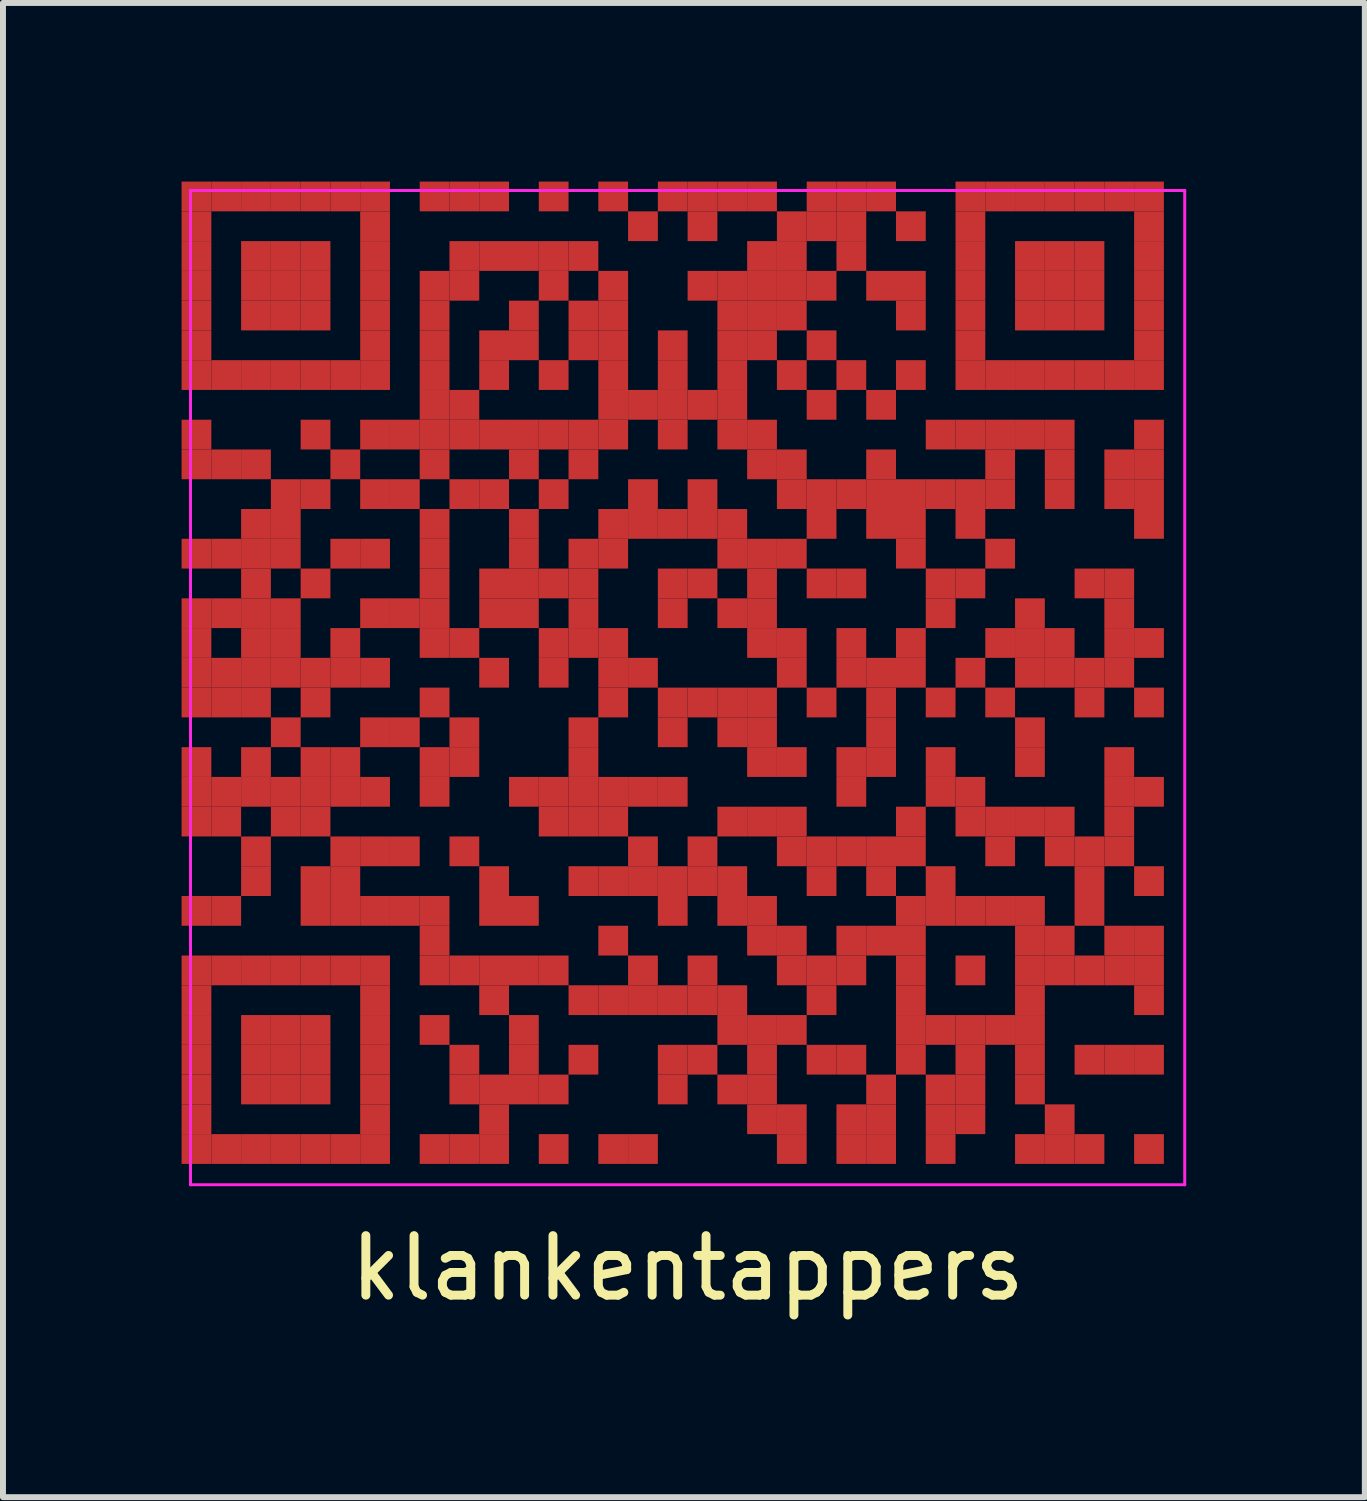
<source format=kicad_pcb>
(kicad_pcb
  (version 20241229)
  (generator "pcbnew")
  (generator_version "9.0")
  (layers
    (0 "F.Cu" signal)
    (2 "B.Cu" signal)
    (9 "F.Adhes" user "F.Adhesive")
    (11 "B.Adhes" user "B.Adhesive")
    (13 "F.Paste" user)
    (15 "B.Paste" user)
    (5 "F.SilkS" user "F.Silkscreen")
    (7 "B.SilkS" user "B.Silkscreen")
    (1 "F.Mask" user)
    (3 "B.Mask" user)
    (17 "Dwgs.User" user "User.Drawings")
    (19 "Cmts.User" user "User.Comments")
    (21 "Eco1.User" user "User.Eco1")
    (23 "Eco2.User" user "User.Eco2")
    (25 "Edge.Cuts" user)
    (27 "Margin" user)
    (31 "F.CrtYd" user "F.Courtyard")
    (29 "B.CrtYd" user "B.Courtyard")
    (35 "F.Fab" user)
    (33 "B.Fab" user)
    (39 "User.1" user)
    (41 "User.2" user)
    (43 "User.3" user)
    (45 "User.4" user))
  (footprint "klankentappers"
    (layer "F.Cu")
    (at 8.5 8.5)
    (property "Reference" "klankentappers" (at 0 9.75 0) (layer "F.SilkS") (effects (font (size 1 1) (thickness 0.15))))
    (attr through_hole)
    (fp_poly (pts (xy 8.3 8.3) (xy 8.3 -8.3) (xy -8.3 -8.3) (xy -8.3 8.3)) (stroke (width 0) (type solid)) (fill yes) (layer "F.Mask"))
    (fp_line (start -8.35 -8.35) (end 8.35 -8.35) (stroke (width 0.05) (type solid)) (layer "F.CrtYd"))
    (fp_line (start -8.35 8.35) (end -8.35 -8.35) (stroke (width 0.05) (type solid)) (layer "F.CrtYd"))
    (fp_line (start 8.35 -8.35) (end 8.35 8.35) (stroke (width 0.05) (type solid)) (layer "F.CrtYd"))
    (fp_line (start 8.35 8.35) (end -8.35 8.35) (stroke (width 0.05) (type solid)) (layer "F.CrtYd"))
    (pad "" smd rect (at -8.25 -8.25) (size 0.5 0.5) (layers "F.Cu"))
    (pad "" smd rect (at -8.25 -7.75) (size 0.5 0.5) (layers "F.Cu"))
    (pad "" smd rect (at -8.25 -7.25) (size 0.5 0.5) (layers "F.Cu"))
    (pad "" smd rect (at -8.25 -6.75) (size 0.5 0.5) (layers "F.Cu"))
    (pad "" smd rect (at -8.25 -6.25) (size 0.5 0.5) (layers "F.Cu"))
    (pad "" smd rect (at -8.25 -5.75) (size 0.5 0.5) (layers "F.Cu"))
    (pad "" smd rect (at -8.25 -5.25) (size 0.5 0.5) (layers "F.Cu"))
    (pad "" smd rect (at -8.25 -4.25) (size 0.5 0.5) (layers "F.Cu"))
    (pad "" smd rect (at -8.25 -3.75) (size 0.5 0.5) (layers "F.Cu"))
    (pad "" smd rect (at -8.25 -2.25) (size 0.5 0.5) (layers "F.Cu"))
    (pad "" smd rect (at -8.25 -1.25) (size 0.5 0.5) (layers "F.Cu"))
    (pad "" smd rect (at -8.25 -0.75) (size 0.5 0.5) (layers "F.Cu"))
    (pad "" smd rect (at -8.25 -0.25) (size 0.5 0.5) (layers "F.Cu"))
    (pad "" smd rect (at -8.25 0.25) (size 0.5 0.5) (layers "F.Cu"))
    (pad "" smd rect (at -8.25 1.25) (size 0.5 0.5) (layers "F.Cu"))
    (pad "" smd rect (at -8.25 1.75) (size 0.5 0.5) (layers "F.Cu"))
    (pad "" smd rect (at -8.25 2.25) (size 0.5 0.5) (layers "F.Cu"))
    (pad "" smd rect (at -8.25 3.75) (size 0.5 0.5) (layers "F.Cu"))
    (pad "" smd rect (at -8.25 4.75) (size 0.5 0.5) (layers "F.Cu"))
    (pad "" smd rect (at -8.25 5.25) (size 0.5 0.5) (layers "F.Cu"))
    (pad "" smd rect (at -8.25 5.75) (size 0.5 0.5) (layers "F.Cu"))
    (pad "" smd rect (at -8.25 6.25) (size 0.5 0.5) (layers "F.Cu"))
    (pad "" smd rect (at -8.25 6.75) (size 0.5 0.5) (layers "F.Cu"))
    (pad "" smd rect (at -8.25 7.25) (size 0.5 0.5) (layers "F.Cu"))
    (pad "" smd rect (at -8.25 7.75) (size 0.5 0.5) (layers "F.Cu"))
    (pad "" smd rect (at -7.75 -8.25) (size 0.5 0.5) (layers "F.Cu"))
    (pad "" smd rect (at -7.75 -5.25) (size 0.5 0.5) (layers "F.Cu"))
    (pad "" smd rect (at -7.75 -3.75) (size 0.5 0.5) (layers "F.Cu"))
    (pad "" smd rect (at -7.75 -2.25) (size 0.5 0.5) (layers "F.Cu"))
    (pad "" smd rect (at -7.75 -1.25) (size 0.5 0.5) (layers "F.Cu"))
    (pad "" smd rect (at -7.75 -0.25) (size 0.5 0.5) (layers "F.Cu"))
    (pad "" smd rect (at -7.75 0.25) (size 0.5 0.5) (layers "F.Cu"))
    (pad "" smd rect (at -7.75 1.75) (size 0.5 0.5) (layers "F.Cu"))
    (pad "" smd rect (at -7.75 2.25) (size 0.5 0.5) (layers "F.Cu"))
    (pad "" smd rect (at -7.75 3.75) (size 0.5 0.5) (layers "F.Cu"))
    (pad "" smd rect (at -7.75 4.75) (size 0.5 0.5) (layers "F.Cu"))
    (pad "" smd rect (at -7.75 7.75) (size 0.5 0.5) (layers "F.Cu"))
    (pad "" smd rect (at -7.25 -8.25) (size 0.5 0.5) (layers "F.Cu"))
    (pad "" smd rect (at -7.25 -7.25) (size 0.5 0.5) (layers "F.Cu"))
    (pad "" smd rect (at -7.25 -6.75) (size 0.5 0.5) (layers "F.Cu"))
    (pad "" smd rect (at -7.25 -6.25) (size 0.5 0.5) (layers "F.Cu"))
    (pad "" smd rect (at -7.25 -5.25) (size 0.5 0.5) (layers "F.Cu"))
    (pad "" smd rect (at -7.25 -3.75) (size 0.5 0.5) (layers "F.Cu"))
    (pad "" smd rect (at -7.25 -2.75) (size 0.5 0.5) (layers "F.Cu"))
    (pad "" smd rect (at -7.25 -2.25) (size 0.5 0.5) (layers "F.Cu"))
    (pad "" smd rect (at -7.25 -1.75) (size 0.5 0.5) (layers "F.Cu"))
    (pad "" smd rect (at -7.25 -1.25) (size 0.5 0.5) (layers "F.Cu"))
    (pad "" smd rect (at -7.25 -0.75) (size 0.5 0.5) (layers "F.Cu"))
    (pad "" smd rect (at -7.25 -0.25) (size 0.5 0.5) (layers "F.Cu"))
    (pad "" smd rect (at -7.25 0.25) (size 0.5 0.5) (layers "F.Cu"))
    (pad "" smd rect (at -7.25 1.25) (size 0.5 0.5) (layers "F.Cu"))
    (pad "" smd rect (at -7.25 1.75) (size 0.5 0.5) (layers "F.Cu"))
    (pad "" smd rect (at -7.25 2.75) (size 0.5 0.5) (layers "F.Cu"))
    (pad "" smd rect (at -7.25 3.25) (size 0.5 0.5) (layers "F.Cu"))
    (pad "" smd rect (at -7.25 4.75) (size 0.5 0.5) (layers "F.Cu"))
    (pad "" smd rect (at -7.25 5.75) (size 0.5 0.5) (layers "F.Cu"))
    (pad "" smd rect (at -7.25 6.25) (size 0.5 0.5) (layers "F.Cu"))
    (pad "" smd rect (at -7.25 6.75) (size 0.5 0.5) (layers "F.Cu"))
    (pad "" smd rect (at -7.25 7.75) (size 0.5 0.5) (layers "F.Cu"))
    (pad "" smd rect (at -6.75 -8.25) (size 0.5 0.5) (layers "F.Cu"))
    (pad "" smd rect (at -6.75 -7.25) (size 0.5 0.5) (layers "F.Cu"))
    (pad "" smd rect (at -6.75 -6.75) (size 0.5 0.5) (layers "F.Cu"))
    (pad "" smd rect (at -6.75 -6.25) (size 0.5 0.5) (layers "F.Cu"))
    (pad "" smd rect (at -6.75 -5.25) (size 0.5 0.5) (layers "F.Cu"))
    (pad "" smd rect (at -6.75 -3.25) (size 0.5 0.5) (layers "F.Cu"))
    (pad "" smd rect (at -6.75 -2.75) (size 0.5 0.5) (layers "F.Cu"))
    (pad "" smd rect (at -6.75 -2.25) (size 0.5 0.5) (layers "F.Cu"))
    (pad "" smd rect (at -6.75 -1.25) (size 0.5 0.5) (layers "F.Cu"))
    (pad "" smd rect (at -6.75 -0.75) (size 0.5 0.5) (layers "F.Cu"))
    (pad "" smd rect (at -6.75 -0.25) (size 0.5 0.5) (layers "F.Cu"))
    (pad "" smd rect (at -6.75 0.75) (size 0.5 0.5) (layers "F.Cu"))
    (pad "" smd rect (at -6.75 1.75) (size 0.5 0.5) (layers "F.Cu"))
    (pad "" smd rect (at -6.75 2.25) (size 0.5 0.5) (layers "F.Cu"))
    (pad "" smd rect (at -6.75 4.75) (size 0.5 0.5) (layers "F.Cu"))
    (pad "" smd rect (at -6.75 5.75) (size 0.5 0.5) (layers "F.Cu"))
    (pad "" smd rect (at -6.75 6.25) (size 0.5 0.5) (layers "F.Cu"))
    (pad "" smd rect (at -6.75 6.75) (size 0.5 0.5) (layers "F.Cu"))
    (pad "" smd rect (at -6.75 7.75) (size 0.5 0.5) (layers "F.Cu"))
    (pad "" smd rect (at -6.25 -8.25) (size 0.5 0.5) (layers "F.Cu"))
    (pad "" smd rect (at -6.25 -7.25) (size 0.5 0.5) (layers "F.Cu"))
    (pad "" smd rect (at -6.25 -6.75) (size 0.5 0.5) (layers "F.Cu"))
    (pad "" smd rect (at -6.25 -6.25) (size 0.5 0.5) (layers "F.Cu"))
    (pad "" smd rect (at -6.25 -5.25) (size 0.5 0.5) (layers "F.Cu"))
    (pad "" smd rect (at -6.25 -4.25) (size 0.5 0.5) (layers "F.Cu"))
    (pad "" smd rect (at -6.25 -3.25) (size 0.5 0.5) (layers "F.Cu"))
    (pad "" smd rect (at -6.25 -1.75) (size 0.5 0.5) (layers "F.Cu"))
    (pad "" smd rect (at -6.25 -0.25) (size 0.5 0.5) (layers "F.Cu"))
    (pad "" smd rect (at -6.25 0.25) (size 0.5 0.5) (layers "F.Cu"))
    (pad "" smd rect (at -6.25 1.25) (size 0.5 0.5) (layers "F.Cu"))
    (pad "" smd rect (at -6.25 1.75) (size 0.5 0.5) (layers "F.Cu"))
    (pad "" smd rect (at -6.25 2.25) (size 0.5 0.5) (layers "F.Cu"))
    (pad "" smd rect (at -6.25 3.25) (size 0.5 0.5) (layers "F.Cu"))
    (pad "" smd rect (at -6.25 3.75) (size 0.5 0.5) (layers "F.Cu"))
    (pad "" smd rect (at -6.25 4.75) (size 0.5 0.5) (layers "F.Cu"))
    (pad "" smd rect (at -6.25 5.75) (size 0.5 0.5) (layers "F.Cu"))
    (pad "" smd rect (at -6.25 6.25) (size 0.5 0.5) (layers "F.Cu"))
    (pad "" smd rect (at -6.25 6.75) (size 0.5 0.5) (layers "F.Cu"))
    (pad "" smd rect (at -6.25 7.75) (size 0.5 0.5) (layers "F.Cu"))
    (pad "" smd rect (at -5.75 -8.25) (size 0.5 0.5) (layers "F.Cu"))
    (pad "" smd rect (at -5.75 -5.25) (size 0.5 0.5) (layers "F.Cu"))
    (pad "" smd rect (at -5.75 -3.75) (size 0.5 0.5) (layers "F.Cu"))
    (pad "" smd rect (at -5.75 -2.25) (size 0.5 0.5) (layers "F.Cu"))
    (pad "" smd rect (at -5.75 -0.75) (size 0.5 0.5) (layers "F.Cu"))
    (pad "" smd rect (at -5.75 -0.25) (size 0.5 0.5) (layers "F.Cu"))
    (pad "" smd rect (at -5.75 1.25) (size 0.5 0.5) (layers "F.Cu"))
    (pad "" smd rect (at -5.75 1.75) (size 0.5 0.5) (layers "F.Cu"))
    (pad "" smd rect (at -5.75 2.75) (size 0.5 0.5) (layers "F.Cu"))
    (pad "" smd rect (at -5.75 3.25) (size 0.5 0.5) (layers "F.Cu"))
    (pad "" smd rect (at -5.75 3.75) (size 0.5 0.5) (layers "F.Cu"))
    (pad "" smd rect (at -5.75 4.75) (size 0.5 0.5) (layers "F.Cu"))
    (pad "" smd rect (at -5.75 7.75) (size 0.5 0.5) (layers "F.Cu"))
    (pad "" smd rect (at -5.25 -8.25) (size 0.5 0.5) (layers "F.Cu"))
    (pad "" smd rect (at -5.25 -7.75) (size 0.5 0.5) (layers "F.Cu"))
    (pad "" smd rect (at -5.25 -7.25) (size 0.5 0.5) (layers "F.Cu"))
    (pad "" smd rect (at -5.25 -6.75) (size 0.5 0.5) (layers "F.Cu"))
    (pad "" smd rect (at -5.25 -6.25) (size 0.5 0.5) (layers "F.Cu"))
    (pad "" smd rect (at -5.25 -5.75) (size 0.5 0.5) (layers "F.Cu"))
    (pad "" smd rect (at -5.25 -5.25) (size 0.5 0.5) (layers "F.Cu"))
    (pad "" smd rect (at -5.25 -4.25) (size 0.5 0.5) (layers "F.Cu"))
    (pad "" smd rect (at -5.25 -3.25) (size 0.5 0.5) (layers "F.Cu"))
    (pad "" smd rect (at -5.25 -2.25) (size 0.5 0.5) (layers "F.Cu"))
    (pad "" smd rect (at -5.25 -1.25) (size 0.5 0.5) (layers "F.Cu"))
    (pad "" smd rect (at -5.25 -0.25) (size 0.5 0.5) (layers "F.Cu"))
    (pad "" smd rect (at -5.25 0.75) (size 0.5 0.5) (layers "F.Cu"))
    (pad "" smd rect (at -5.25 1.75) (size 0.5 0.5) (layers "F.Cu"))
    (pad "" smd rect (at -5.25 2.75) (size 0.5 0.5) (layers "F.Cu"))
    (pad "" smd rect (at -5.25 3.75) (size 0.5 0.5) (layers "F.Cu"))
    (pad "" smd rect (at -5.25 4.75) (size 0.5 0.5) (layers "F.Cu"))
    (pad "" smd rect (at -5.25 5.25) (size 0.5 0.5) (layers "F.Cu"))
    (pad "" smd rect (at -5.25 5.75) (size 0.5 0.5) (layers "F.Cu"))
    (pad "" smd rect (at -5.25 6.25) (size 0.5 0.5) (layers "F.Cu"))
    (pad "" smd rect (at -5.25 6.75) (size 0.5 0.5) (layers "F.Cu"))
    (pad "" smd rect (at -5.25 7.25) (size 0.5 0.5) (layers "F.Cu"))
    (pad "" smd rect (at -5.25 7.75) (size 0.5 0.5) (layers "F.Cu"))
    (pad "" smd rect (at -4.75 -4.25) (size 0.5 0.5) (layers "F.Cu"))
    (pad "" smd rect (at -4.75 -3.25) (size 0.5 0.5) (layers "F.Cu"))
    (pad "" smd rect (at -4.75 -1.25) (size 0.5 0.5) (layers "F.Cu"))
    (pad "" smd rect (at -4.75 0.75) (size 0.5 0.5) (layers "F.Cu"))
    (pad "" smd rect (at -4.75 2.75) (size 0.5 0.5) (layers "F.Cu"))
    (pad "" smd rect (at -4.75 3.75) (size 0.5 0.5) (layers "F.Cu"))
    (pad "" smd rect (at -4.25 -8.25) (size 0.5 0.5) (layers "F.Cu"))
    (pad "" smd rect (at -4.25 -6.75) (size 0.5 0.5) (layers "F.Cu"))
    (pad "" smd rect (at -4.25 -6.25) (size 0.5 0.5) (layers "F.Cu"))
    (pad "" smd rect (at -4.25 -5.75) (size 0.5 0.5) (layers "F.Cu"))
    (pad "" smd rect (at -4.25 -5.25) (size 0.5 0.5) (layers "F.Cu"))
    (pad "" smd rect (at -4.25 -4.75) (size 0.5 0.5) (layers "F.Cu"))
    (pad "" smd rect (at -4.25 -4.25) (size 0.5 0.5) (layers "F.Cu"))
    (pad "" smd rect (at -4.25 -3.75) (size 0.5 0.5) (layers "F.Cu"))
    (pad "" smd rect (at -4.25 -2.75) (size 0.5 0.5) (layers "F.Cu"))
    (pad "" smd rect (at -4.25 -2.25) (size 0.5 0.5) (layers "F.Cu"))
    (pad "" smd rect (at -4.25 -1.75) (size 0.5 0.5) (layers "F.Cu"))
    (pad "" smd rect (at -4.25 -1.25) (size 0.5 0.5) (layers "F.Cu"))
    (pad "" smd rect (at -4.25 -0.75) (size 0.5 0.5) (layers "F.Cu"))
    (pad "" smd rect (at -4.25 0.25) (size 0.5 0.5) (layers "F.Cu"))
    (pad "" smd rect (at -4.25 1.25) (size 0.5 0.5) (layers "F.Cu"))
    (pad "" smd rect (at -4.25 1.75) (size 0.5 0.5) (layers "F.Cu"))
    (pad "" smd rect (at -4.25 3.75) (size 0.5 0.5) (layers "F.Cu"))
    (pad "" smd rect (at -4.25 4.25) (size 0.5 0.5) (layers "F.Cu"))
    (pad "" smd rect (at -4.25 4.75) (size 0.5 0.5) (layers "F.Cu"))
    (pad "" smd rect (at -4.25 5.75) (size 0.5 0.5) (layers "F.Cu"))
    (pad "" smd rect (at -4.25 7.75) (size 0.5 0.5) (layers "F.Cu"))
    (pad "" smd rect (at -3.75 -8.25) (size 0.5 0.5) (layers "F.Cu"))
    (pad "" smd rect (at -3.75 -7.25) (size 0.5 0.5) (layers "F.Cu"))
    (pad "" smd rect (at -3.75 -6.75) (size 0.5 0.5) (layers "F.Cu"))
    (pad "" smd rect (at -3.75 -4.75) (size 0.5 0.5) (layers "F.Cu"))
    (pad "" smd rect (at -3.75 -4.25) (size 0.5 0.5) (layers "F.Cu"))
    (pad "" smd rect (at -3.75 -3.25) (size 0.5 0.5) (layers "F.Cu"))
    (pad "" smd rect (at -3.75 -0.75) (size 0.5 0.5) (layers "F.Cu"))
    (pad "" smd rect (at -3.75 0.75) (size 0.5 0.5) (layers "F.Cu"))
    (pad "" smd rect (at -3.75 1.25) (size 0.5 0.5) (layers "F.Cu"))
    (pad "" smd rect (at -3.75 2.75) (size 0.5 0.5) (layers "F.Cu"))
    (pad "" smd rect (at -3.75 4.75) (size 0.5 0.5) (layers "F.Cu"))
    (pad "" smd rect (at -3.75 6.25) (size 0.5 0.5) (layers "F.Cu"))
    (pad "" smd rect (at -3.75 6.75) (size 0.5 0.5) (layers "F.Cu"))
    (pad "" smd rect (at -3.75 7.75) (size 0.5 0.5) (layers "F.Cu"))
    (pad "" smd rect (at -3.25 -8.25) (size 0.5 0.5) (layers "F.Cu"))
    (pad "" smd rect (at -3.25 -7.25) (size 0.5 0.5) (layers "F.Cu"))
    (pad "" smd rect (at -3.25 -5.75) (size 0.5 0.5) (layers "F.Cu"))
    (pad "" smd rect (at -3.25 -5.25) (size 0.5 0.5) (layers "F.Cu"))
    (pad "" smd rect (at -3.25 -4.25) (size 0.5 0.5) (layers "F.Cu"))
    (pad "" smd rect (at -3.25 -3.25) (size 0.5 0.5) (layers "F.Cu"))
    (pad "" smd rect (at -3.25 -1.75) (size 0.5 0.5) (layers "F.Cu"))
    (pad "" smd rect (at -3.25 -1.25) (size 0.5 0.5) (layers "F.Cu"))
    (pad "" smd rect (at -3.25 -0.25) (size 0.5 0.5) (layers "F.Cu"))
    (pad "" smd rect (at -3.25 3.25) (size 0.5 0.5) (layers "F.Cu"))
    (pad "" smd rect (at -3.25 3.75) (size 0.5 0.5) (layers "F.Cu"))
    (pad "" smd rect (at -3.25 4.75) (size 0.5 0.5) (layers "F.Cu"))
    (pad "" smd rect (at -3.25 5.25) (size 0.5 0.5) (layers "F.Cu"))
    (pad "" smd rect (at -3.25 6.75) (size 0.5 0.5) (layers "F.Cu"))
    (pad "" smd rect (at -3.25 7.25) (size 0.5 0.5) (layers "F.Cu"))
    (pad "" smd rect (at -3.25 7.75) (size 0.5 0.5) (layers "F.Cu"))
    (pad "" smd rect (at -2.75 -7.25) (size 0.5 0.5) (layers "F.Cu"))
    (pad "" smd rect (at -2.75 -6.25) (size 0.5 0.5) (layers "F.Cu"))
    (pad "" smd rect (at -2.75 -5.75) (size 0.5 0.5) (layers "F.Cu"))
    (pad "" smd rect (at -2.75 -4.25) (size 0.5 0.5) (layers "F.Cu"))
    (pad "" smd rect (at -2.75 -3.75) (size 0.5 0.5) (layers "F.Cu"))
    (pad "" smd rect (at -2.75 -2.75) (size 0.5 0.5) (layers "F.Cu"))
    (pad "" smd rect (at -2.75 -2.25) (size 0.5 0.5) (layers "F.Cu"))
    (pad "" smd rect (at -2.75 -1.75) (size 0.5 0.5) (layers "F.Cu"))
    (pad "" smd rect (at -2.75 -1.25) (size 0.5 0.5) (layers "F.Cu"))
    (pad "" smd rect (at -2.75 1.75) (size 0.5 0.5) (layers "F.Cu"))
    (pad "" smd rect (at -2.75 3.75) (size 0.5 0.5) (layers "F.Cu"))
    (pad "" smd rect (at -2.75 4.75) (size 0.5 0.5) (layers "F.Cu"))
    (pad "" smd rect (at -2.75 5.75) (size 0.5 0.5) (layers "F.Cu"))
    (pad "" smd rect (at -2.75 6.25) (size 0.5 0.5) (layers "F.Cu"))
    (pad "" smd rect (at -2.75 6.75) (size 0.5 0.5) (layers "F.Cu"))
    (pad "" smd rect (at -2.25 -8.25) (size 0.5 0.5) (layers "F.Cu"))
    (pad "" smd rect (at -2.25 -7.25) (size 0.5 0.5) (layers "F.Cu"))
    (pad "" smd rect (at -2.25 -6.75) (size 0.5 0.5) (layers "F.Cu"))
    (pad "" smd rect (at -2.25 -5.25) (size 0.5 0.5) (layers "F.Cu"))
    (pad "" smd rect (at -2.25 -4.25) (size 0.5 0.5) (layers "F.Cu"))
    (pad "" smd rect (at -2.25 -3.25) (size 0.5 0.5) (layers "F.Cu"))
    (pad "" smd rect (at -2.25 -1.75) (size 0.5 0.5) (layers "F.Cu"))
    (pad "" smd rect (at -2.25 -0.75) (size 0.5 0.5) (layers "F.Cu"))
    (pad "" smd rect (at -2.25 -0.25) (size 0.5 0.5) (layers "F.Cu"))
    (pad "" smd rect (at -2.25 1.75) (size 0.5 0.5) (layers "F.Cu"))
    (pad "" smd rect (at -2.25 2.25) (size 0.5 0.5) (layers "F.Cu"))
    (pad "" smd rect (at -2.25 4.75) (size 0.5 0.5) (layers "F.Cu"))
    (pad "" smd rect (at -2.25 6.75) (size 0.5 0.5) (layers "F.Cu"))
    (pad "" smd rect (at -2.25 7.75) (size 0.5 0.5) (layers "F.Cu"))
    (pad "" smd rect (at -1.75 -7.25) (size 0.5 0.5) (layers "F.Cu"))
    (pad "" smd rect (at -1.75 -6.25) (size 0.5 0.5) (layers "F.Cu"))
    (pad "" smd rect (at -1.75 -5.75) (size 0.5 0.5) (layers "F.Cu"))
    (pad "" smd rect (at -1.75 -4.25) (size 0.5 0.5) (layers "F.Cu"))
    (pad "" smd rect (at -1.75 -3.75) (size 0.5 0.5) (layers "F.Cu"))
    (pad "" smd rect (at -1.75 -2.25) (size 0.5 0.5) (layers "F.Cu"))
    (pad "" smd rect (at -1.75 -1.75) (size 0.5 0.5) (layers "F.Cu"))
    (pad "" smd rect (at -1.75 -1.25) (size 0.5 0.5) (layers "F.Cu"))
    (pad "" smd rect (at -1.75 -0.75) (size 0.5 0.5) (layers "F.Cu"))
    (pad "" smd rect (at -1.75 0.75) (size 0.5 0.5) (layers "F.Cu"))
    (pad "" smd rect (at -1.75 1.25) (size 0.5 0.5) (layers "F.Cu"))
    (pad "" smd rect (at -1.75 1.75) (size 0.5 0.5) (layers "F.Cu"))
    (pad "" smd rect (at -1.75 2.25) (size 0.5 0.5) (layers "F.Cu"))
    (pad "" smd rect (at -1.75 3.25) (size 0.5 0.5) (layers "F.Cu"))
    (pad "" smd rect (at -1.75 5.25) (size 0.5 0.5) (layers "F.Cu"))
    (pad "" smd rect (at -1.75 6.25) (size 0.5 0.5) (layers "F.Cu"))
    (pad "" smd rect (at -1.25 -8.25) (size 0.5 0.5) (layers "F.Cu"))
    (pad "" smd rect (at -1.25 -6.75) (size 0.5 0.5) (layers "F.Cu"))
    (pad "" smd rect (at -1.25 -6.25) (size 0.5 0.5) (layers "F.Cu"))
    (pad "" smd rect (at -1.25 -5.75) (size 0.5 0.5) (layers "F.Cu"))
    (pad "" smd rect (at -1.25 -5.25) (size 0.5 0.5) (layers "F.Cu"))
    (pad "" smd rect (at -1.25 -4.75) (size 0.5 0.5) (layers "F.Cu"))
    (pad "" smd rect (at -1.25 -4.25) (size 0.5 0.5) (layers "F.Cu"))
    (pad "" smd rect (at -1.25 -2.75) (size 0.5 0.5) (layers "F.Cu"))
    (pad "" smd rect (at -1.25 -2.25) (size 0.5 0.5) (layers "F.Cu"))
    (pad "" smd rect (at -1.25 -0.75) (size 0.5 0.5) (layers "F.Cu"))
    (pad "" smd rect (at -1.25 -0.25) (size 0.5 0.5) (layers "F.Cu"))
    (pad "" smd rect (at -1.25 0.25) (size 0.5 0.5) (layers "F.Cu"))
    (pad "" smd rect (at -1.25 1.75) (size 0.5 0.5) (layers "F.Cu"))
    (pad "" smd rect (at -1.25 2.25) (size 0.5 0.5) (layers "F.Cu"))
    (pad "" smd rect (at -1.25 3.25) (size 0.5 0.5) (layers "F.Cu"))
    (pad "" smd rect (at -1.25 4.25) (size 0.5 0.5) (layers "F.Cu"))
    (pad "" smd rect (at -1.25 5.25) (size 0.5 0.5) (layers "F.Cu"))
    (pad "" smd rect (at -1.25 7.75) (size 0.5 0.5) (layers "F.Cu"))
    (pad "" smd rect (at -0.75 -7.75) (size 0.5 0.5) (layers "F.Cu"))
    (pad "" smd rect (at -0.75 -4.75) (size 0.5 0.5) (layers "F.Cu"))
    (pad "" smd rect (at -0.75 -3.25) (size 0.5 0.5) (layers "F.Cu"))
    (pad "" smd rect (at -0.75 -2.75) (size 0.5 0.5) (layers "F.Cu"))
    (pad "" smd rect (at -0.75 -0.25) (size 0.5 0.5) (layers "F.Cu"))
    (pad "" smd rect (at -0.75 1.75) (size 0.5 0.5) (layers "F.Cu"))
    (pad "" smd rect (at -0.75 2.75) (size 0.5 0.5) (layers "F.Cu"))
    (pad "" smd rect (at -0.75 3.25) (size 0.5 0.5) (layers "F.Cu"))
    (pad "" smd rect (at -0.75 4.75) (size 0.5 0.5) (layers "F.Cu"))
    (pad "" smd rect (at -0.75 5.25) (size 0.5 0.5) (layers "F.Cu"))
    (pad "" smd rect (at -0.75 7.75) (size 0.5 0.5) (layers "F.Cu"))
    (pad "" smd rect (at -0.25 -8.25) (size 0.5 0.5) (layers "F.Cu"))
    (pad "" smd rect (at -0.25 -5.75) (size 0.5 0.5) (layers "F.Cu"))
    (pad "" smd rect (at -0.25 -5.25) (size 0.5 0.5) (layers "F.Cu"))
    (pad "" smd rect (at -0.25 -4.75) (size 0.5 0.5) (layers "F.Cu"))
    (pad "" smd rect (at -0.25 -4.25) (size 0.5 0.5) (layers "F.Cu"))
    (pad "" smd rect (at -0.25 -2.75) (size 0.5 0.5) (layers "F.Cu"))
    (pad "" smd rect (at -0.25 -1.75) (size 0.5 0.5) (layers "F.Cu"))
    (pad "" smd rect (at -0.25 -1.25) (size 0.5 0.5) (layers "F.Cu"))
    (pad "" smd rect (at -0.25 0.25) (size 0.5 0.5) (layers "F.Cu"))
    (pad "" smd rect (at -0.25 0.75) (size 0.5 0.5) (layers "F.Cu"))
    (pad "" smd rect (at -0.25 1.75) (size 0.5 0.5) (layers "F.Cu"))
    (pad "" smd rect (at -0.25 3.25) (size 0.5 0.5) (layers "F.Cu"))
    (pad "" smd rect (at -0.25 3.75) (size 0.5 0.5) (layers "F.Cu"))
    (pad "" smd rect (at -0.25 5.25) (size 0.5 0.5) (layers "F.Cu"))
    (pad "" smd rect (at -0.25 6.25) (size 0.5 0.5) (layers "F.Cu"))
    (pad "" smd rect (at -0.25 6.75) (size 0.5 0.5) (layers "F.Cu"))
    (pad "" smd rect (at 0.25 -8.25) (size 0.5 0.5) (layers "F.Cu"))
    (pad "" smd rect (at 0.25 -7.75) (size 0.5 0.5) (layers "F.Cu"))
    (pad "" smd rect (at 0.25 -6.75) (size 0.5 0.5) (layers "F.Cu"))
    (pad "" smd rect (at 0.25 -4.75) (size 0.5 0.5) (layers "F.Cu"))
    (pad "" smd rect (at 0.25 -3.25) (size 0.5 0.5) (layers "F.Cu"))
    (pad "" smd rect (at 0.25 -2.75) (size 0.5 0.5) (layers "F.Cu"))
    (pad "" smd rect (at 0.25 -1.75) (size 0.5 0.5) (layers "F.Cu"))
    (pad "" smd rect (at 0.25 0.25) (size 0.5 0.5) (layers "F.Cu"))
    (pad "" smd rect (at 0.25 2.75) (size 0.5 0.5) (layers "F.Cu"))
    (pad "" smd rect (at 0.25 3.25) (size 0.5 0.5) (layers "F.Cu"))
    (pad "" smd rect (at 0.25 4.75) (size 0.5 0.5) (layers "F.Cu"))
    (pad "" smd rect (at 0.25 5.25) (size 0.5 0.5) (layers "F.Cu"))
    (pad "" smd rect (at 0.25 6.25) (size 0.5 0.5) (layers "F.Cu"))
    (pad "" smd rect (at 0.75 -8.25) (size 0.5 0.5) (layers "F.Cu"))
    (pad "" smd rect (at 0.75 -6.75) (size 0.5 0.5) (layers "F.Cu"))
    (pad "" smd rect (at 0.75 -6.25) (size 0.5 0.5) (layers "F.Cu"))
    (pad "" smd rect (at 0.75 -5.75) (size 0.5 0.5) (layers "F.Cu"))
    (pad "" smd rect (at 0.75 -5.25) (size 0.5 0.5) (layers "F.Cu"))
    (pad "" smd rect (at 0.75 -4.75) (size 0.5 0.5) (layers "F.Cu"))
    (pad "" smd rect (at 0.75 -4.25) (size 0.5 0.5) (layers "F.Cu"))
    (pad "" smd rect (at 0.75 -2.75) (size 0.5 0.5) (layers "F.Cu"))
    (pad "" smd rect (at 0.75 -2.25) (size 0.5 0.5) (layers "F.Cu"))
    (pad "" smd rect (at 0.75 -1.25) (size 0.5 0.5) (layers "F.Cu"))
    (pad "" smd rect (at 0.75 0.25) (size 0.5 0.5) (layers "F.Cu"))
    (pad "" smd rect (at 0.75 0.75) (size 0.5 0.5) (layers "F.Cu"))
    (pad "" smd rect (at 0.75 2.25) (size 0.5 0.5) (layers "F.Cu"))
    (pad "" smd rect (at 0.75 3.25) (size 0.5 0.5) (layers "F.Cu"))
    (pad "" smd rect (at 0.75 3.75) (size 0.5 0.5) (layers "F.Cu"))
    (pad "" smd rect (at 0.75 5.25) (size 0.5 0.5) (layers "F.Cu"))
    (pad "" smd rect (at 0.75 5.75) (size 0.5 0.5) (layers "F.Cu"))
    (pad "" smd rect (at 0.75 6.75) (size 0.5 0.5) (layers "F.Cu"))
    (pad "" smd rect (at 1.25 -8.25) (size 0.5 0.5) (layers "F.Cu"))
    (pad "" smd rect (at 1.25 -7.25) (size 0.5 0.5) (layers "F.Cu"))
    (pad "" smd rect (at 1.25 -6.75) (size 0.5 0.5) (layers "F.Cu"))
    (pad "" smd rect (at 1.25 -6.25) (size 0.5 0.5) (layers "F.Cu"))
    (pad "" smd rect (at 1.25 -5.75) (size 0.5 0.5) (layers "F.Cu"))
    (pad "" smd rect (at 1.25 -4.25) (size 0.5 0.5) (layers "F.Cu"))
    (pad "" smd rect (at 1.25 -3.75) (size 0.5 0.5) (layers "F.Cu"))
    (pad "" smd rect (at 1.25 -2.25) (size 0.5 0.5) (layers "F.Cu"))
    (pad "" smd rect (at 1.25 -1.75) (size 0.5 0.5) (layers "F.Cu"))
    (pad "" smd rect (at 1.25 -1.25) (size 0.5 0.5) (layers "F.Cu"))
    (pad "" smd rect (at 1.25 -0.75) (size 0.5 0.5) (layers "F.Cu"))
    (pad "" smd rect (at 1.25 0.25) (size 0.5 0.5) (layers "F.Cu"))
    (pad "" smd rect (at 1.25 0.75) (size 0.5 0.5) (layers "F.Cu"))
    (pad "" smd rect (at 1.25 1.25) (size 0.5 0.5) (layers "F.Cu"))
    (pad "" smd rect (at 1.25 2.25) (size 0.5 0.5) (layers "F.Cu"))
    (pad "" smd rect (at 1.25 3.75) (size 0.5 0.5) (layers "F.Cu"))
    (pad "" smd rect (at 1.25 4.25) (size 0.5 0.5) (layers "F.Cu"))
    (pad "" smd rect (at 1.25 5.75) (size 0.5 0.5) (layers "F.Cu"))
    (pad "" smd rect (at 1.25 6.25) (size 0.5 0.5) (layers "F.Cu"))
    (pad "" smd rect (at 1.25 6.75) (size 0.5 0.5) (layers "F.Cu"))
    (pad "" smd rect (at 1.25 7.25) (size 0.5 0.5) (layers "F.Cu"))
    (pad "" smd rect (at 1.75 -7.75) (size 0.5 0.5) (layers "F.Cu"))
    (pad "" smd rect (at 1.75 -7.25) (size 0.5 0.5) (layers "F.Cu"))
    (pad "" smd rect (at 1.75 -6.75) (size 0.5 0.5) (layers "F.Cu"))
    (pad "" smd rect (at 1.75 -6.25) (size 0.5 0.5) (layers "F.Cu"))
    (pad "" smd rect (at 1.75 -5.25) (size 0.5 0.5) (layers "F.Cu"))
    (pad "" smd rect (at 1.75 -3.75) (size 0.5 0.5) (layers "F.Cu"))
    (pad "" smd rect (at 1.75 -3.25) (size 0.5 0.5) (layers "F.Cu"))
    (pad "" smd rect (at 1.75 -2.25) (size 0.5 0.5) (layers "F.Cu"))
    (pad "" smd rect (at 1.75 -0.75) (size 0.5 0.5) (layers "F.Cu"))
    (pad "" smd rect (at 1.75 -0.25) (size 0.5 0.5) (layers "F.Cu"))
    (pad "" smd rect (at 1.75 1.25) (size 0.5 0.5) (layers "F.Cu"))
    (pad "" smd rect (at 1.75 2.25) (size 0.5 0.5) (layers "F.Cu"))
    (pad "" smd rect (at 1.75 2.75) (size 0.5 0.5) (layers "F.Cu"))
    (pad "" smd rect (at 1.75 4.25) (size 0.5 0.5) (layers "F.Cu"))
    (pad "" smd rect (at 1.75 4.75) (size 0.5 0.5) (layers "F.Cu"))
    (pad "" smd rect (at 1.75 5.75) (size 0.5 0.5) (layers "F.Cu"))
    (pad "" smd rect (at 1.75 7.25) (size 0.5 0.5) (layers "F.Cu"))
    (pad "" smd rect (at 1.75 7.75) (size 0.5 0.5) (layers "F.Cu"))
    (pad "" smd rect (at 2.25 -8.25) (size 0.5 0.5) (layers "F.Cu"))
    (pad "" smd rect (at 2.25 -7.75) (size 0.5 0.5) (layers "F.Cu"))
    (pad "" smd rect (at 2.25 -6.75) (size 0.5 0.5) (layers "F.Cu"))
    (pad "" smd rect (at 2.25 -5.75) (size 0.5 0.5) (layers "F.Cu"))
    (pad "" smd rect (at 2.25 -4.75) (size 0.5 0.5) (layers "F.Cu"))
    (pad "" smd rect (at 2.25 -3.25) (size 0.5 0.5) (layers "F.Cu"))
    (pad "" smd rect (at 2.25 -2.75) (size 0.5 0.5) (layers "F.Cu"))
    (pad "" smd rect (at 2.25 -1.75) (size 0.5 0.5) (layers "F.Cu"))
    (pad "" smd rect (at 2.25 0.25) (size 0.5 0.5) (layers "F.Cu"))
    (pad "" smd rect (at 2.25 2.75) (size 0.5 0.5) (layers "F.Cu"))
    (pad "" smd rect (at 2.25 3.25) (size 0.5 0.5) (layers "F.Cu"))
    (pad "" smd rect (at 2.25 4.75) (size 0.5 0.5) (layers "F.Cu"))
    (pad "" smd rect (at 2.25 5.25) (size 0.5 0.5) (layers "F.Cu"))
    (pad "" smd rect (at 2.25 6.25) (size 0.5 0.5) (layers "F.Cu"))
    (pad "" smd rect (at 2.75 -8.25) (size 0.5 0.5) (layers "F.Cu"))
    (pad "" smd rect (at 2.75 -7.75) (size 0.5 0.5) (layers "F.Cu"))
    (pad "" smd rect (at 2.75 -7.25) (size 0.5 0.5) (layers "F.Cu"))
    (pad "" smd rect (at 2.75 -5.25) (size 0.5 0.5) (layers "F.Cu"))
    (pad "" smd rect (at 2.75 -3.25) (size 0.5 0.5) (layers "F.Cu"))
    (pad "" smd rect (at 2.75 -1.75) (size 0.5 0.5) (layers "F.Cu"))
    (pad "" smd rect (at 2.75 -0.75) (size 0.5 0.5) (layers "F.Cu"))
    (pad "" smd rect (at 2.75 -0.25) (size 0.5 0.5) (layers "F.Cu"))
    (pad "" smd rect (at 2.75 1.25) (size 0.5 0.5) (layers "F.Cu"))
    (pad "" smd rect (at 2.75 1.75) (size 0.5 0.5) (layers "F.Cu"))
    (pad "" smd rect (at 2.75 2.75) (size 0.5 0.5) (layers "F.Cu"))
    (pad "" smd rect (at 2.75 4.25) (size 0.5 0.5) (layers "F.Cu"))
    (pad "" smd rect (at 2.75 4.75) (size 0.5 0.5) (layers "F.Cu"))
    (pad "" smd rect (at 2.75 6.25) (size 0.5 0.5) (layers "F.Cu"))
    (pad "" smd rect (at 2.75 7.25) (size 0.5 0.5) (layers "F.Cu"))
    (pad "" smd rect (at 2.75 7.75) (size 0.5 0.5) (layers "F.Cu"))
    (pad "" smd rect (at 3.25 -8.25) (size 0.5 0.5) (layers "F.Cu"))
    (pad "" smd rect (at 3.25 -6.75) (size 0.5 0.5) (layers "F.Cu"))
    (pad "" smd rect (at 3.25 -4.75) (size 0.5 0.5) (layers "F.Cu"))
    (pad "" smd rect (at 3.25 -3.75) (size 0.5 0.5) (layers "F.Cu"))
    (pad "" smd rect (at 3.25 -3.25) (size 0.5 0.5) (layers "F.Cu"))
    (pad "" smd rect (at 3.25 -2.75) (size 0.5 0.5) (layers "F.Cu"))
    (pad "" smd rect (at 3.25 -0.25) (size 0.5 0.5) (layers "F.Cu"))
    (pad "" smd rect (at 3.25 0.25) (size 0.5 0.5) (layers "F.Cu"))
    (pad "" smd rect (at 3.25 0.75) (size 0.5 0.5) (layers "F.Cu"))
    (pad "" smd rect (at 3.25 1.25) (size 0.5 0.5) (layers "F.Cu"))
    (pad "" smd rect (at 3.25 2.75) (size 0.5 0.5) (layers "F.Cu"))
    (pad "" smd rect (at 3.25 3.25) (size 0.5 0.5) (layers "F.Cu"))
    (pad "" smd rect (at 3.25 4.25) (size 0.5 0.5) (layers "F.Cu"))
    (pad "" smd rect (at 3.25 6.75) (size 0.5 0.5) (layers "F.Cu"))
    (pad "" smd rect (at 3.25 7.25) (size 0.5 0.5) (layers "F.Cu"))
    (pad "" smd rect (at 3.25 7.75) (size 0.5 0.5) (layers "F.Cu"))
    (pad "" smd rect (at 3.75 -7.75) (size 0.5 0.5) (layers "F.Cu"))
    (pad "" smd rect (at 3.75 -6.75) (size 0.5 0.5) (layers "F.Cu"))
    (pad "" smd rect (at 3.75 -6.25) (size 0.5 0.5) (layers "F.Cu"))
    (pad "" smd rect (at 3.75 -5.25) (size 0.5 0.5) (layers "F.Cu"))
    (pad "" smd rect (at 3.75 -3.25) (size 0.5 0.5) (layers "F.Cu"))
    (pad "" smd rect (at 3.75 -2.75) (size 0.5 0.5) (layers "F.Cu"))
    (pad "" smd rect (at 3.75 -2.25) (size 0.5 0.5) (layers "F.Cu"))
    (pad "" smd rect (at 3.75 -0.75) (size 0.5 0.5) (layers "F.Cu"))
    (pad "" smd rect (at 3.75 -0.25) (size 0.5 0.5) (layers "F.Cu"))
    (pad "" smd rect (at 3.75 2.25) (size 0.5 0.5) (layers "F.Cu"))
    (pad "" smd rect (at 3.75 2.75) (size 0.5 0.5) (layers "F.Cu"))
    (pad "" smd rect (at 3.75 3.75) (size 0.5 0.5) (layers "F.Cu"))
    (pad "" smd rect (at 3.75 4.25) (size 0.5 0.5) (layers "F.Cu"))
    (pad "" smd rect (at 3.75 4.75) (size 0.5 0.5) (layers "F.Cu"))
    (pad "" smd rect (at 3.75 5.25) (size 0.5 0.5) (layers "F.Cu"))
    (pad "" smd rect (at 3.75 5.75) (size 0.5 0.5) (layers "F.Cu"))
    (pad "" smd rect (at 3.75 6.25) (size 0.5 0.5) (layers "F.Cu"))
    (pad "" smd rect (at 4.25 -4.25) (size 0.5 0.5) (layers "F.Cu"))
    (pad "" smd rect (at 4.25 -3.25) (size 0.5 0.5) (layers "F.Cu"))
    (pad "" smd rect (at 4.25 -1.75) (size 0.5 0.5) (layers "F.Cu"))
    (pad "" smd rect (at 4.25 -1.25) (size 0.5 0.5) (layers "F.Cu"))
    (pad "" smd rect (at 4.25 0.25) (size 0.5 0.5) (layers "F.Cu"))
    (pad "" smd rect (at 4.25 1.25) (size 0.5 0.5) (layers "F.Cu"))
    (pad "" smd rect (at 4.25 1.75) (size 0.5 0.5) (layers "F.Cu"))
    (pad "" smd rect (at 4.25 3.25) (size 0.5 0.5) (layers "F.Cu"))
    (pad "" smd rect (at 4.25 3.75) (size 0.5 0.5) (layers "F.Cu"))
    (pad "" smd rect (at 4.25 5.75) (size 0.5 0.5) (layers "F.Cu"))
    (pad "" smd rect (at 4.25 6.75) (size 0.5 0.5) (layers "F.Cu"))
    (pad "" smd rect (at 4.25 7.25) (size 0.5 0.5) (layers "F.Cu"))
    (pad "" smd rect (at 4.25 7.75) (size 0.5 0.5) (layers "F.Cu"))
    (pad "" smd rect (at 4.75 -8.25) (size 0.5 0.5) (layers "F.Cu"))
    (pad "" smd rect (at 4.75 -7.75) (size 0.5 0.5) (layers "F.Cu"))
    (pad "" smd rect (at 4.75 -7.25) (size 0.5 0.5) (layers "F.Cu"))
    (pad "" smd rect (at 4.75 -6.75) (size 0.5 0.5) (layers "F.Cu"))
    (pad "" smd rect (at 4.75 -6.25) (size 0.5 0.5) (layers "F.Cu"))
    (pad "" smd rect (at 4.75 -5.75) (size 0.5 0.5) (layers "F.Cu"))
    (pad "" smd rect (at 4.75 -5.25) (size 0.5 0.5) (layers "F.Cu"))
    (pad "" smd rect (at 4.75 -4.25) (size 0.5 0.5) (layers "F.Cu"))
    (pad "" smd rect (at 4.75 -3.25) (size 0.5 0.5) (layers "F.Cu"))
    (pad "" smd rect (at 4.75 -2.75) (size 0.5 0.5) (layers "F.Cu"))
    (pad "" smd rect (at 4.75 -1.75) (size 0.5 0.5) (layers "F.Cu"))
    (pad "" smd rect (at 4.75 -0.25) (size 0.5 0.5) (layers "F.Cu"))
    (pad "" smd rect (at 4.75 1.75) (size 0.5 0.5) (layers "F.Cu"))
    (pad "" smd rect (at 4.75 2.25) (size 0.5 0.5) (layers "F.Cu"))
    (pad "" smd rect (at 4.75 3.75) (size 0.5 0.5) (layers "F.Cu"))
    (pad "" smd rect (at 4.75 4.75) (size 0.5 0.5) (layers "F.Cu"))
    (pad "" smd rect (at 4.75 5.75) (size 0.5 0.5) (layers "F.Cu"))
    (pad "" smd rect (at 4.75 6.25) (size 0.5 0.5) (layers "F.Cu"))
    (pad "" smd rect (at 4.75 6.75) (size 0.5 0.5) (layers "F.Cu"))
    (pad "" smd rect (at 4.75 7.25) (size 0.5 0.5) (layers "F.Cu"))
    (pad "" smd rect (at 5.25 -8.25) (size 0.5 0.5) (layers "F.Cu"))
    (pad "" smd rect (at 5.25 -5.25) (size 0.5 0.5) (layers "F.Cu"))
    (pad "" smd rect (at 5.25 -4.25) (size 0.5 0.5) (layers "F.Cu"))
    (pad "" smd rect (at 5.25 -3.75) (size 0.5 0.5) (layers "F.Cu"))
    (pad "" smd rect (at 5.25 -3.25) (size 0.5 0.5) (layers "F.Cu"))
    (pad "" smd rect (at 5.25 -2.25) (size 0.5 0.5) (layers "F.Cu"))
    (pad "" smd rect (at 5.25 -0.75) (size 0.5 0.5) (layers "F.Cu"))
    (pad "" smd rect (at 5.25 0.25) (size 0.5 0.5) (layers "F.Cu"))
    (pad "" smd rect (at 5.25 2.25) (size 0.5 0.5) (layers "F.Cu"))
    (pad "" smd rect (at 5.25 2.75) (size 0.5 0.5) (layers "F.Cu"))
    (pad "" smd rect (at 5.25 3.75) (size 0.5 0.5) (layers "F.Cu"))
    (pad "" smd rect (at 5.25 5.75) (size 0.5 0.5) (layers "F.Cu"))
    (pad "" smd rect (at 5.75 -8.25) (size 0.5 0.5) (layers "F.Cu"))
    (pad "" smd rect (at 5.75 -7.25) (size 0.5 0.5) (layers "F.Cu"))
    (pad "" smd rect (at 5.75 -6.75) (size 0.5 0.5) (layers "F.Cu"))
    (pad "" smd rect (at 5.75 -6.25) (size 0.5 0.5) (layers "F.Cu"))
    (pad "" smd rect (at 5.75 -5.25) (size 0.5 0.5) (layers "F.Cu"))
    (pad "" smd rect (at 5.75 -4.25) (size 0.5 0.5) (layers "F.Cu"))
    (pad "" smd rect (at 5.75 -1.25) (size 0.5 0.5) (layers "F.Cu"))
    (pad "" smd rect (at 5.75 -0.75) (size 0.5 0.5) (layers "F.Cu"))
    (pad "" smd rect (at 5.75 -0.25) (size 0.5 0.5) (layers "F.Cu"))
    (pad "" smd rect (at 5.75 0.75) (size 0.5 0.5) (layers "F.Cu"))
    (pad "" smd rect (at 5.75 1.25) (size 0.5 0.5) (layers "F.Cu"))
    (pad "" smd rect (at 5.75 2.25) (size 0.5 0.5) (layers "F.Cu"))
    (pad "" smd rect (at 5.75 3.75) (size 0.5 0.5) (layers "F.Cu"))
    (pad "" smd rect (at 5.75 4.25) (size 0.5 0.5) (layers "F.Cu"))
    (pad "" smd rect (at 5.75 4.75) (size 0.5 0.5) (layers "F.Cu"))
    (pad "" smd rect (at 5.75 5.25) (size 0.5 0.5) (layers "F.Cu"))
    (pad "" smd rect (at 5.75 5.75) (size 0.5 0.5) (layers "F.Cu"))
    (pad "" smd rect (at 5.75 6.25) (size 0.5 0.5) (layers "F.Cu"))
    (pad "" smd rect (at 5.75 6.75) (size 0.5 0.5) (layers "F.Cu"))
    (pad "" smd rect (at 5.75 7.75) (size 0.5 0.5) (layers "F.Cu"))
    (pad "" smd rect (at 6.25 -8.25) (size 0.5 0.5) (layers "F.Cu"))
    (pad "" smd rect (at 6.25 -7.25) (size 0.5 0.5) (layers "F.Cu"))
    (pad "" smd rect (at 6.25 -6.75) (size 0.5 0.5) (layers "F.Cu"))
    (pad "" smd rect (at 6.25 -6.25) (size 0.5 0.5) (layers "F.Cu"))
    (pad "" smd rect (at 6.25 -5.25) (size 0.5 0.5) (layers "F.Cu"))
    (pad "" smd rect (at 6.25 -4.25) (size 0.5 0.5) (layers "F.Cu"))
    (pad "" smd rect (at 6.25 -3.75) (size 0.5 0.5) (layers "F.Cu"))
    (pad "" smd rect (at 6.25 -3.25) (size 0.5 0.5) (layers "F.Cu"))
    (pad "" smd rect (at 6.25 -0.75) (size 0.5 0.5) (layers "F.Cu"))
    (pad "" smd rect (at 6.25 -0.25) (size 0.5 0.5) (layers "F.Cu"))
    (pad "" smd rect (at 6.25 2.25) (size 0.5 0.5) (layers "F.Cu"))
    (pad "" smd rect (at 6.25 2.75) (size 0.5 0.5) (layers "F.Cu"))
    (pad "" smd rect (at 6.25 4.25) (size 0.5 0.5) (layers "F.Cu"))
    (pad "" smd rect (at 6.25 4.75) (size 0.5 0.5) (layers "F.Cu"))
    (pad "" smd rect (at 6.25 7.25) (size 0.5 0.5) (layers "F.Cu"))
    (pad "" smd rect (at 6.25 7.75) (size 0.5 0.5) (layers "F.Cu"))
    (pad "" smd rect (at 6.75 -8.25) (size 0.5 0.5) (layers "F.Cu"))
    (pad "" smd rect (at 6.75 -7.25) (size 0.5 0.5) (layers "F.Cu"))
    (pad "" smd rect (at 6.75 -6.75) (size 0.5 0.5) (layers "F.Cu"))
    (pad "" smd rect (at 6.75 -6.25) (size 0.5 0.5) (layers "F.Cu"))
    (pad "" smd rect (at 6.75 -5.25) (size 0.5 0.5) (layers "F.Cu"))
    (pad "" smd rect (at 6.75 -1.75) (size 0.5 0.5) (layers "F.Cu"))
    (pad "" smd rect (at 6.75 -0.25) (size 0.5 0.5) (layers "F.Cu"))
    (pad "" smd rect (at 6.75 0.25) (size 0.5 0.5) (layers "F.Cu"))
    (pad "" smd rect (at 6.75 2.75) (size 0.5 0.5) (layers "F.Cu"))
    (pad "" smd rect (at 6.75 3.25) (size 0.5 0.5) (layers "F.Cu"))
    (pad "" smd rect (at 6.75 3.75) (size 0.5 0.5) (layers "F.Cu"))
    (pad "" smd rect (at 6.75 4.75) (size 0.5 0.5) (layers "F.Cu"))
    (pad "" smd rect (at 6.75 6.25) (size 0.5 0.5) (layers "F.Cu"))
    (pad "" smd rect (at 6.75 7.75) (size 0.5 0.5) (layers "F.Cu"))
    (pad "" smd rect (at 7.25 -8.25) (size 0.5 0.5) (layers "F.Cu"))
    (pad "" smd rect (at 7.25 -5.25) (size 0.5 0.5) (layers "F.Cu"))
    (pad "" smd rect (at 7.25 -3.75) (size 0.5 0.5) (layers "F.Cu"))
    (pad "" smd rect (at 7.25 -3.25) (size 0.5 0.5) (layers "F.Cu"))
    (pad "" smd rect (at 7.25 -1.75) (size 0.5 0.5) (layers "F.Cu"))
    (pad "" smd rect (at 7.25 -1.25) (size 0.5 0.5) (layers "F.Cu"))
    (pad "" smd rect (at 7.25 -0.75) (size 0.5 0.5) (layers "F.Cu"))
    (pad "" smd rect (at 7.25 -0.25) (size 0.5 0.5) (layers "F.Cu"))
    (pad "" smd rect (at 7.25 1.25) (size 0.5 0.5) (layers "F.Cu"))
    (pad "" smd rect (at 7.25 1.75) (size 0.5 0.5) (layers "F.Cu"))
    (pad "" smd rect (at 7.25 2.25) (size 0.5 0.5) (layers "F.Cu"))
    (pad "" smd rect (at 7.25 2.75) (size 0.5 0.5) (layers "F.Cu"))
    (pad "" smd rect (at 7.25 4.25) (size 0.5 0.5) (layers "F.Cu"))
    (pad "" smd rect (at 7.25 4.75) (size 0.5 0.5) (layers "F.Cu"))
    (pad "" smd rect (at 7.25 6.25) (size 0.5 0.5) (layers "F.Cu"))
    (pad "" smd rect (at 7.75 -8.25) (size 0.5 0.5) (layers "F.Cu"))
    (pad "" smd rect (at 7.75 -7.75) (size 0.5 0.5) (layers "F.Cu"))
    (pad "" smd rect (at 7.75 -7.25) (size 0.5 0.5) (layers "F.Cu"))
    (pad "" smd rect (at 7.75 -6.75) (size 0.5 0.5) (layers "F.Cu"))
    (pad "" smd rect (at 7.75 -6.25) (size 0.5 0.5) (layers "F.Cu"))
    (pad "" smd rect (at 7.75 -5.75) (size 0.5 0.5) (layers "F.Cu"))
    (pad "" smd rect (at 7.75 -5.25) (size 0.5 0.5) (layers "F.Cu"))
    (pad "" smd rect (at 7.75 -4.25) (size 0.5 0.5) (layers "F.Cu"))
    (pad "" smd rect (at 7.75 -3.75) (size 0.5 0.5) (layers "F.Cu"))
    (pad "" smd rect (at 7.75 -3.25) (size 0.5 0.5) (layers "F.Cu"))
    (pad "" smd rect (at 7.75 -2.75) (size 0.5 0.5) (layers "F.Cu"))
    (pad "" smd rect (at 7.75 -0.75) (size 0.5 0.5) (layers "F.Cu"))
    (pad "" smd rect (at 7.75 0.25) (size 0.5 0.5) (layers "F.Cu"))
    (pad "" smd rect (at 7.75 1.75) (size 0.5 0.5) (layers "F.Cu"))
    (pad "" smd rect (at 7.75 3.25) (size 0.5 0.5) (layers "F.Cu"))
    (pad "" smd rect (at 7.75 4.25) (size 0.5 0.5) (layers "F.Cu"))
    (pad "" smd rect (at 7.75 4.75) (size 0.5 0.5) (layers "F.Cu"))
    (pad "" smd rect (at 7.75 5.25) (size 0.5 0.5) (layers "F.Cu"))
    (pad "" smd rect (at 7.75 6.25) (size 0.5 0.5) (layers "F.Cu"))
    (pad "" smd rect (at 7.75 7.75) (size 0.5 0.5) (layers "F.Cu")))
  (gr_rect
    (start -3 -3)
    (end 19.875 22.098)
    (stroke (width 0.1) (type default))
    (fill no)
    (layer "Edge.Cuts")))
</source>
